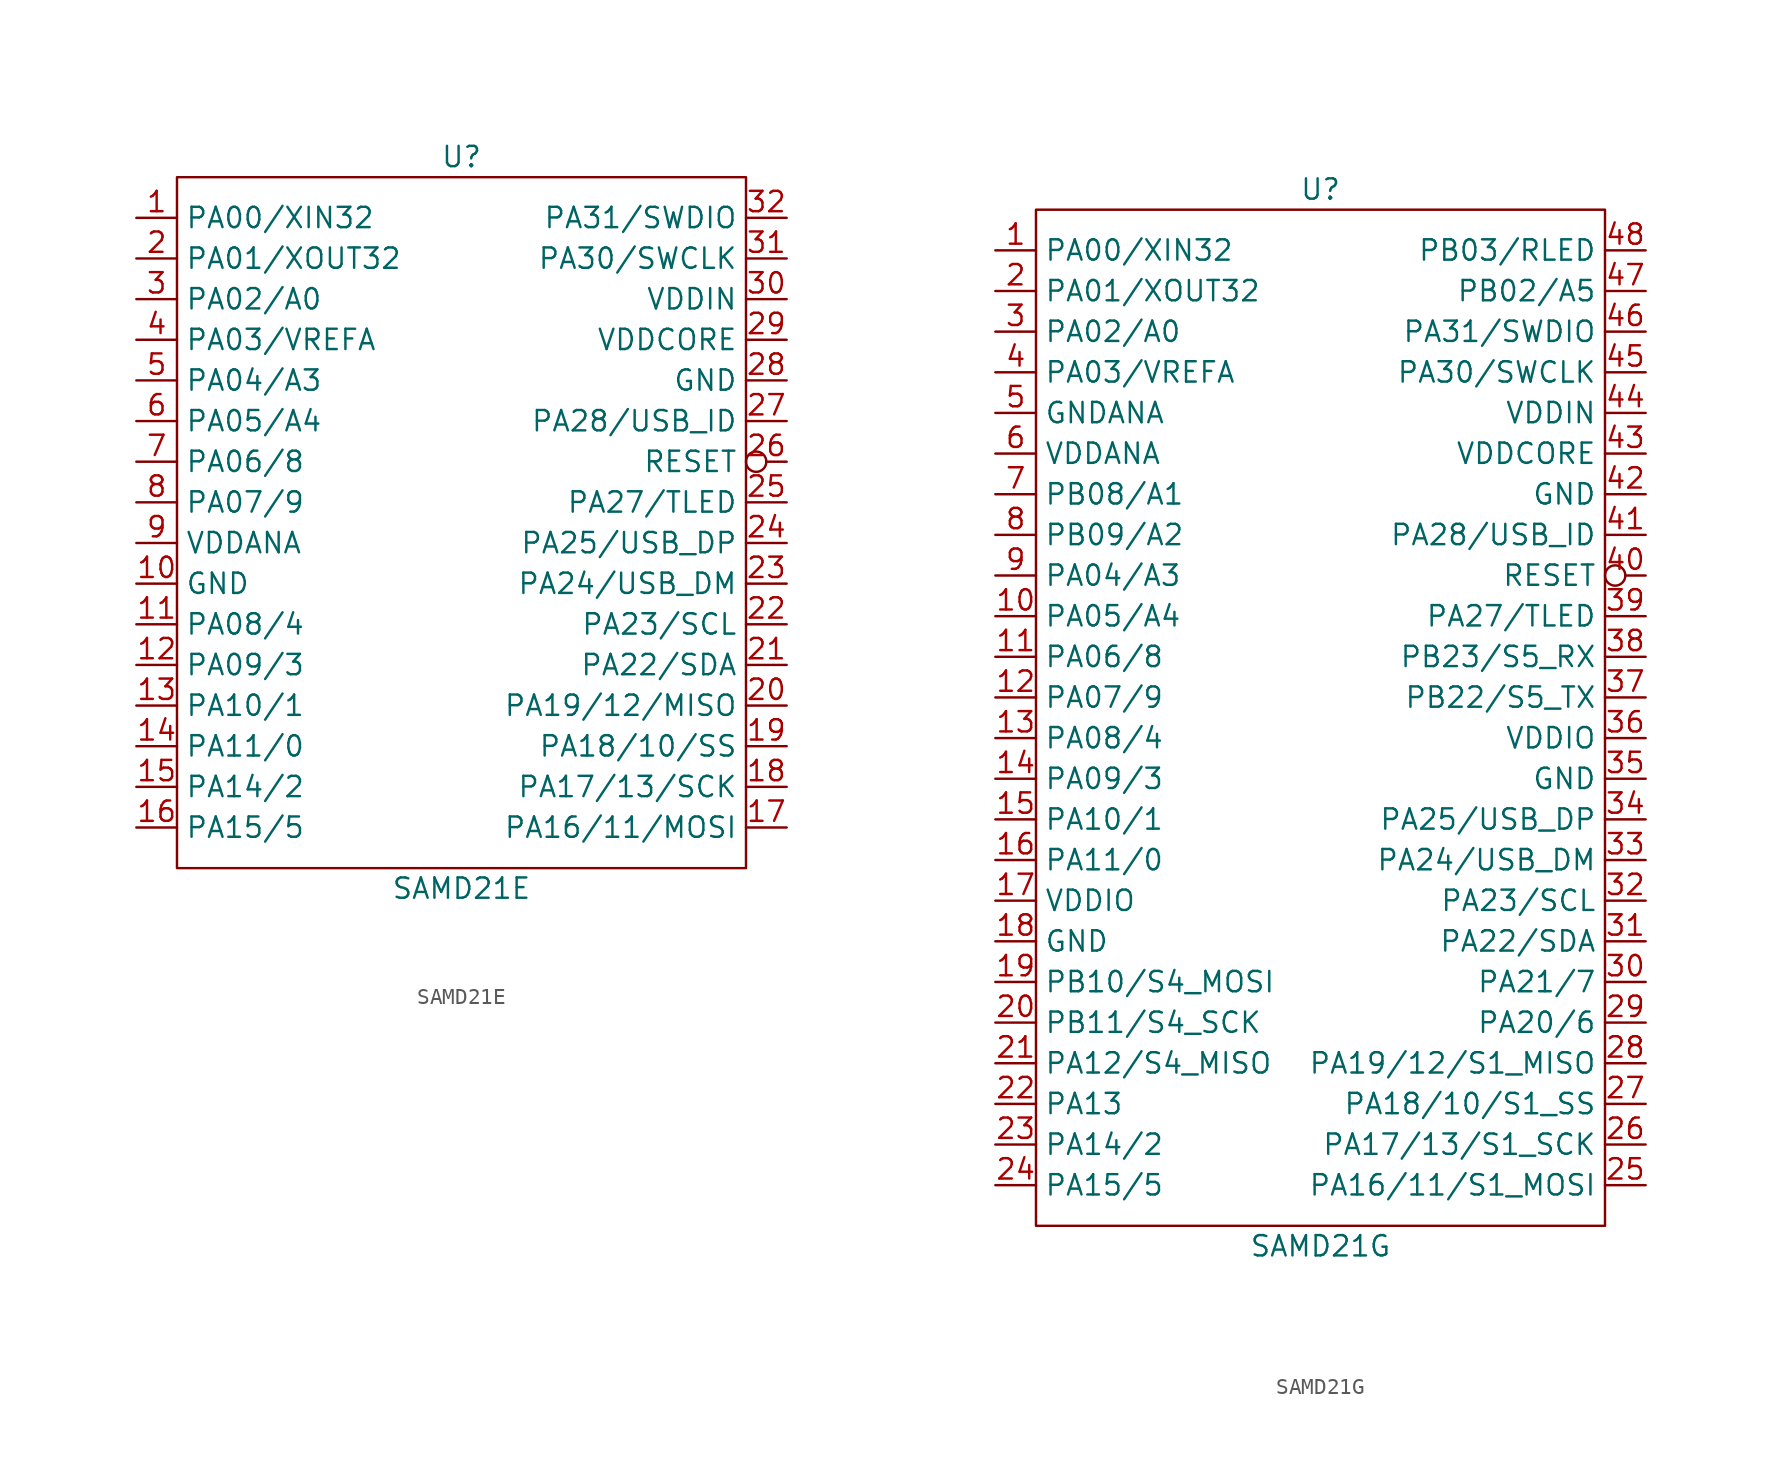
<source format=kicad_sym>
(kicad_symbol_lib
  (version 20200126)
  (host kicad_symbol_editor "5.99.0-unknown-57e35c9~88~ubuntu19.10.1")
  (symbol "SAMD21:SAMD21E"
    (property "Reference" "U"
      (at 0 22.86 0)
      (effects (font (size 1.27 1.27))))
    (property "Value" "SAMD21E"
      (at 0 -22.86 0)
      (effects (font (size 1.27 1.27))))
    (symbol "SAMD21E_0_1"
      (rectangle (start -17.78 21.59) (end 17.78 -21.59) (stroke (width 0)) (fill (type none))))
    (symbol "SAMD21E_1_1"
      (pin input line (at -20.32 19.05 0) (length 2.54) (name "PA00/XIN32" (effects (font (size 1.27 1.27)))) (number "1" (effects (font (size 1.27 1.27)))))
      (pin input line (at -20.32 -3.81 0) (length 2.54) (name "GND" (effects (font (size 1.27 1.27)))) (number "10" (effects (font (size 1.27 1.27)))))
      (pin bidirectional line (at -20.32 -6.35 0) (length 2.54) (name "PA08/4" (effects (font (size 1.27 1.27)))) (number "11" (effects (font (size 1.27 1.27)))))
      (pin bidirectional line (at -20.32 -8.89 0) (length 2.54) (name "PA09/3" (effects (font (size 1.27 1.27)))) (number "12" (effects (font (size 1.27 1.27)))))
      (pin bidirectional line (at -20.32 -11.43 0) (length 2.54) (name "PA10/1" (effects (font (size 1.27 1.27)))) (number "13" (effects (font (size 1.27 1.27)))))
      (pin bidirectional line (at -20.32 -13.97 0) (length 2.54) (name "PA11/0" (effects (font (size 1.27 1.27)))) (number "14" (effects (font (size 1.27 1.27)))))
      (pin bidirectional line (at -20.32 -16.51 0) (length 2.54) (name "PA14/2" (effects (font (size 1.27 1.27)))) (number "15" (effects (font (size 1.27 1.27)))))
      (pin input line (at -20.32 -19.05 0) (length 2.54) (name "PA15/5" (effects (font (size 1.27 1.27)))) (number "16" (effects (font (size 1.27 1.27)))))
      (pin output line (at 20.32 -19.05 180) (length 2.54) (name "PA16/11/MOSI" (effects (font (size 1.27 1.27)))) (number "17" (effects (font (size 1.27 1.27)))))
      (pin output line (at 20.32 -16.51 180) (length 2.54) (name "PA17/13/SCK" (effects (font (size 1.27 1.27)))) (number "18" (effects (font (size 1.27 1.27)))))
      (pin bidirectional line (at 20.32 -13.97 180) (length 2.54) (name "PA18/10/SS" (effects (font (size 1.27 1.27)))) (number "19" (effects (font (size 1.27 1.27)))))
      (pin input line (at -20.32 16.51 0) (length 2.54) (name "PA01/XOUT32" (effects (font (size 1.27 1.27)))) (number "2" (effects (font (size 1.27 1.27)))))
      (pin input line (at 20.32 -11.43 180) (length 2.54) (name "PA19/12/MISO" (effects (font (size 1.27 1.27)))) (number "20" (effects (font (size 1.27 1.27)))))
      (pin bidirectional line (at 20.32 -8.89 180) (length 2.54) (name "PA22/SDA" (effects (font (size 1.27 1.27)))) (number "21" (effects (font (size 1.27 1.27)))))
      (pin output line (at 20.32 -6.35 180) (length 2.54) (name "PA23/SCL" (effects (font (size 1.27 1.27)))) (number "22" (effects (font (size 1.27 1.27)))))
      (pin bidirectional line (at 20.32 -3.81 180) (length 2.54) (name "PA24/USB_DM" (effects (font (size 1.27 1.27)))) (number "23" (effects (font (size 1.27 1.27)))))
      (pin bidirectional line (at 20.32 -1.27 180) (length 2.54) (name "PA25/USB_DP" (effects (font (size 1.27 1.27)))) (number "24" (effects (font (size 1.27 1.27)))))
      (pin input line (at 20.32 1.27 180) (length 2.54) (name "PA27/TLED" (effects (font (size 1.27 1.27)))) (number "25" (effects (font (size 1.27 1.27)))))
      (pin input inverted (at 20.32 3.81 180) (length 2.54) (name "RESET" (effects (font (size 1.27 1.27)))) (number "26" (effects (font (size 1.27 1.27)))))
      (pin bidirectional line (at 20.32 6.35 180) (length 2.54) (name "PA28/USB_ID" (effects (font (size 1.27 1.27)))) (number "27" (effects (font (size 1.27 1.27)))))
      (pin input line (at 20.32 8.89 180) (length 2.54) (name "GND" (effects (font (size 1.27 1.27)))) (number "28" (effects (font (size 1.27 1.27)))))
      (pin input line (at 20.32 11.43 180) (length 2.54) (name "VDDCORE" (effects (font (size 1.27 1.27)))) (number "29" (effects (font (size 1.27 1.27)))))
      (pin bidirectional line (at -20.32 13.97 0) (length 2.54) (name "PA02/A0" (effects (font (size 1.27 1.27)))) (number "3" (effects (font (size 1.27 1.27)))))
      (pin input line (at 20.32 13.97 180) (length 2.54) (name "VDDIN" (effects (font (size 1.27 1.27)))) (number "30" (effects (font (size 1.27 1.27)))))
      (pin input line (at 20.32 16.51 180) (length 2.54) (name "PA30/SWCLK" (effects (font (size 1.27 1.27)))) (number "31" (effects (font (size 1.27 1.27)))))
      (pin input line (at 20.32 19.05 180) (length 2.54) (name "PA31/SWDIO" (effects (font (size 1.27 1.27)))) (number "32" (effects (font (size 1.27 1.27)))))
      (pin input line (at -20.32 11.43 0) (length 2.54) (name "PA03/VREFA" (effects (font (size 1.27 1.27)))) (number "4" (effects (font (size 1.27 1.27)))))
      (pin bidirectional line (at -20.32 8.89 0) (length 2.54) (name "PA04/A3" (effects (font (size 1.27 1.27)))) (number "5" (effects (font (size 1.27 1.27)))))
      (pin bidirectional line (at -20.32 6.35 0) (length 2.54) (name "PA05/A4" (effects (font (size 1.27 1.27)))) (number "6" (effects (font (size 1.27 1.27)))))
      (pin bidirectional line (at -20.32 3.81 0) (length 2.54) (name "PA06/8" (effects (font (size 1.27 1.27)))) (number "7" (effects (font (size 1.27 1.27)))))
      (pin bidirectional line (at -20.32 1.27 0) (length 2.54) (name "PA07/9" (effects (font (size 1.27 1.27)))) (number "8" (effects (font (size 1.27 1.27)))))
      (pin input line (at -20.32 -1.27 0) (length 2.54) (name "VDDANA" (effects (font (size 1.27 1.27)))) (number "9" (effects (font (size 1.27 1.27)))))))
  (symbol "SAMD21:SAMD21G"
    (property "Reference" "U"
      (at 0 25.4 0)
      (effects (font (size 1.27 1.27))))
    (property "Value" "SAMD21G"
      (at 0 -40.64 0)
      (effects (font (size 1.27 1.27))))
    (symbol "SAMD21G_0_1"
      (rectangle (start -17.78 24.13) (end 17.78 -39.37) (stroke (width 0)) (fill (type none))))
    (symbol "SAMD21G_1_1"
      (pin input line (at -20.32 21.59 0) (length 2.54) (name "PA00/XIN32" (effects (font (size 1.27 1.27)))) (number "1" (effects (font (size 1.27 1.27)))))
      (pin bidirectional line (at -20.32 -1.27 0) (length 2.54) (name "PA05/A4" (effects (font (size 1.27 1.27)))) (number "10" (effects (font (size 1.27 1.27)))))
      (pin bidirectional line (at -20.32 -3.81 0) (length 2.54) (name "PA06/8" (effects (font (size 1.27 1.27)))) (number "11" (effects (font (size 1.27 1.27)))))
      (pin bidirectional line (at -20.32 -6.35 0) (length 2.54) (name "PA07/9" (effects (font (size 1.27 1.27)))) (number "12" (effects (font (size 1.27 1.27)))))
      (pin bidirectional line (at -20.32 -8.89 0) (length 2.54) (name "PA08/4" (effects (font (size 1.27 1.27)))) (number "13" (effects (font (size 1.27 1.27)))))
      (pin output line (at -20.32 -11.43 0) (length 2.54) (name "PA09/3" (effects (font (size 1.27 1.27)))) (number "14" (effects (font (size 1.27 1.27)))))
      (pin bidirectional line (at -20.32 -13.97 0) (length 2.54) (name "PA10/1" (effects (font (size 1.27 1.27)))) (number "15" (effects (font (size 1.27 1.27)))))
      (pin bidirectional line (at -20.32 -16.51 0) (length 2.54) (name "PA11/0" (effects (font (size 1.27 1.27)))) (number "16" (effects (font (size 1.27 1.27)))))
      (pin input line (at -20.32 -19.05 0) (length 2.54) (name "VDDIO" (effects (font (size 1.27 1.27)))) (number "17" (effects (font (size 1.27 1.27)))))
      (pin input line (at -20.32 -21.59 0) (length 2.54) (name "GND" (effects (font (size 1.27 1.27)))) (number "18" (effects (font (size 1.27 1.27)))))
      (pin bidirectional line (at -20.32 -24.13 0) (length 2.54) (name "PB10/S4_MOSI" (effects (font (size 1.27 1.27)))) (number "19" (effects (font (size 1.27 1.27)))))
      (pin input line (at -20.32 19.05 0) (length 2.54) (name "PA01/XOUT32" (effects (font (size 1.27 1.27)))) (number "2" (effects (font (size 1.27 1.27)))))
      (pin bidirectional line (at -20.32 -26.67 0) (length 2.54) (name "PB11/S4_SCK" (effects (font (size 1.27 1.27)))) (number "20" (effects (font (size 1.27 1.27)))))
      (pin output line (at -20.32 -29.21 0) (length 2.54) (name "PA12/S4_MISO" (effects (font (size 1.27 1.27)))) (number "21" (effects (font (size 1.27 1.27)))))
      (pin output line (at -20.32 -31.75 0) (length 2.54) (name "PA13" (effects (font (size 1.27 1.27)))) (number "22" (effects (font (size 1.27 1.27)))))
      (pin output line (at -20.32 -34.29 0) (length 2.54) (name "PA14/2" (effects (font (size 1.27 1.27)))) (number "23" (effects (font (size 1.27 1.27)))))
      (pin input line (at -20.32 -36.83 0) (length 2.54) (name "PA15/5" (effects (font (size 1.27 1.27)))) (number "24" (effects (font (size 1.27 1.27)))))
      (pin output line (at 20.32 -36.83 180) (length 2.54) (name "PA16/11/S1_MOSI" (effects (font (size 1.27 1.27)))) (number "25" (effects (font (size 1.27 1.27)))))
      (pin output line (at 20.32 -34.29 180) (length 2.54) (name "PA17/13/S1_SCK" (effects (font (size 1.27 1.27)))) (number "26" (effects (font (size 1.27 1.27)))))
      (pin input line (at 20.32 -31.75 180) (length 2.54) (name "PA18/10/S1_SS" (effects (font (size 1.27 1.27)))) (number "27" (effects (font (size 1.27 1.27)))))
      (pin input line (at 20.32 -29.21 180) (length 2.54) (name "PA19/12/S1_MISO" (effects (font (size 1.27 1.27)))) (number "28" (effects (font (size 1.27 1.27)))))
      (pin bidirectional line (at 20.32 -26.67 180) (length 2.54) (name "PA20/6" (effects (font (size 1.27 1.27)))) (number "29" (effects (font (size 1.27 1.27)))))
      (pin bidirectional line (at -20.32 16.51 0) (length 2.54) (name "PA02/A0" (effects (font (size 1.27 1.27)))) (number "3" (effects (font (size 1.27 1.27)))))
      (pin bidirectional line (at 20.32 -24.13 180) (length 2.54) (name "PA21/7" (effects (font (size 1.27 1.27)))) (number "30" (effects (font (size 1.27 1.27)))))
      (pin bidirectional line (at 20.32 -21.59 180) (length 2.54) (name "PA22/SDA" (effects (font (size 1.27 1.27)))) (number "31" (effects (font (size 1.27 1.27)))))
      (pin bidirectional line (at 20.32 -19.05 180) (length 2.54) (name "PA23/SCL" (effects (font (size 1.27 1.27)))) (number "32" (effects (font (size 1.27 1.27)))))
      (pin input line (at 20.32 -16.51 180) (length 2.54) (name "PA24/USB_DM" (effects (font (size 1.27 1.27)))) (number "33" (effects (font (size 1.27 1.27)))))
      (pin input line (at 20.32 -13.97 180) (length 2.54) (name "PA25/USB_DP" (effects (font (size 1.27 1.27)))) (number "34" (effects (font (size 1.27 1.27)))))
      (pin input line (at 20.32 -11.43 180) (length 2.54) (name "GND" (effects (font (size 1.27 1.27)))) (number "35" (effects (font (size 1.27 1.27)))))
      (pin input line (at 20.32 -8.89 180) (length 2.54) (name "VDDIO" (effects (font (size 1.27 1.27)))) (number "36" (effects (font (size 1.27 1.27)))))
      (pin output line (at 20.32 -6.35 180) (length 2.54) (name "PB22/S5_TX" (effects (font (size 1.27 1.27)))) (number "37" (effects (font (size 1.27 1.27)))))
      (pin input line (at 20.32 -3.81 180) (length 2.54) (name "PB23/S5_RX" (effects (font (size 1.27 1.27)))) (number "38" (effects (font (size 1.27 1.27)))))
      (pin input line (at 20.32 -1.27 180) (length 2.54) (name "PA27/TLED" (effects (font (size 1.27 1.27)))) (number "39" (effects (font (size 1.27 1.27)))))
      (pin input line (at -20.32 13.97 0) (length 2.54) (name "PA03/VREFA" (effects (font (size 1.27 1.27)))) (number "4" (effects (font (size 1.27 1.27)))))
      (pin input inverted (at 20.32 1.27 180) (length 2.54) (name "RESET" (effects (font (size 1.27 1.27)))) (number "40" (effects (font (size 1.27 1.27)))))
      (pin bidirectional line (at 20.32 3.81 180) (length 2.54) (name "PA28/USB_ID" (effects (font (size 1.27 1.27)))) (number "41" (effects (font (size 1.27 1.27)))))
      (pin input line (at 20.32 6.35 180) (length 2.54) (name "GND" (effects (font (size 1.27 1.27)))) (number "42" (effects (font (size 1.27 1.27)))))
      (pin input line (at 20.32 8.89 180) (length 2.54) (name "VDDCORE" (effects (font (size 1.27 1.27)))) (number "43" (effects (font (size 1.27 1.27)))))
      (pin input line (at 20.32 11.43 180) (length 2.54) (name "VDDIN" (effects (font (size 1.27 1.27)))) (number "44" (effects (font (size 1.27 1.27)))))
      (pin input line (at 20.32 13.97 180) (length 2.54) (name "PA30/SWCLK" (effects (font (size 1.27 1.27)))) (number "45" (effects (font (size 1.27 1.27)))))
      (pin input line (at 20.32 16.51 180) (length 2.54) (name "PA31/SWDIO" (effects (font (size 1.27 1.27)))) (number "46" (effects (font (size 1.27 1.27)))))
      (pin bidirectional line (at 20.32 19.05 180) (length 2.54) (name "PB02/A5" (effects (font (size 1.27 1.27)))) (number "47" (effects (font (size 1.27 1.27)))))
      (pin bidirectional line (at 20.32 21.59 180) (length 2.54) (name "PB03/RLED" (effects (font (size 1.27 1.27)))) (number "48" (effects (font (size 1.27 1.27)))))
      (pin input line (at -20.32 11.43 0) (length 2.54) (name "GNDANA" (effects (font (size 1.27 1.27)))) (number "5" (effects (font (size 1.27 1.27)))))
      (pin input line (at -20.32 8.89 0) (length 2.54) (name "VDDANA" (effects (font (size 1.27 1.27)))) (number "6" (effects (font (size 1.27 1.27)))))
      (pin bidirectional line (at -20.32 6.35 0) (length 2.54) (name "PB08/A1" (effects (font (size 1.27 1.27)))) (number "7" (effects (font (size 1.27 1.27)))))
      (pin bidirectional line (at -20.32 3.81 0) (length 2.54) (name "PB09/A2" (effects (font (size 1.27 1.27)))) (number "8" (effects (font (size 1.27 1.27)))))
      (pin bidirectional line (at -20.32 1.27 0) (length 2.54) (name "PA04/A3" (effects (font (size 1.27 1.27)))) (number "9" (effects (font (size 1.27 1.27))))))))
</source>
